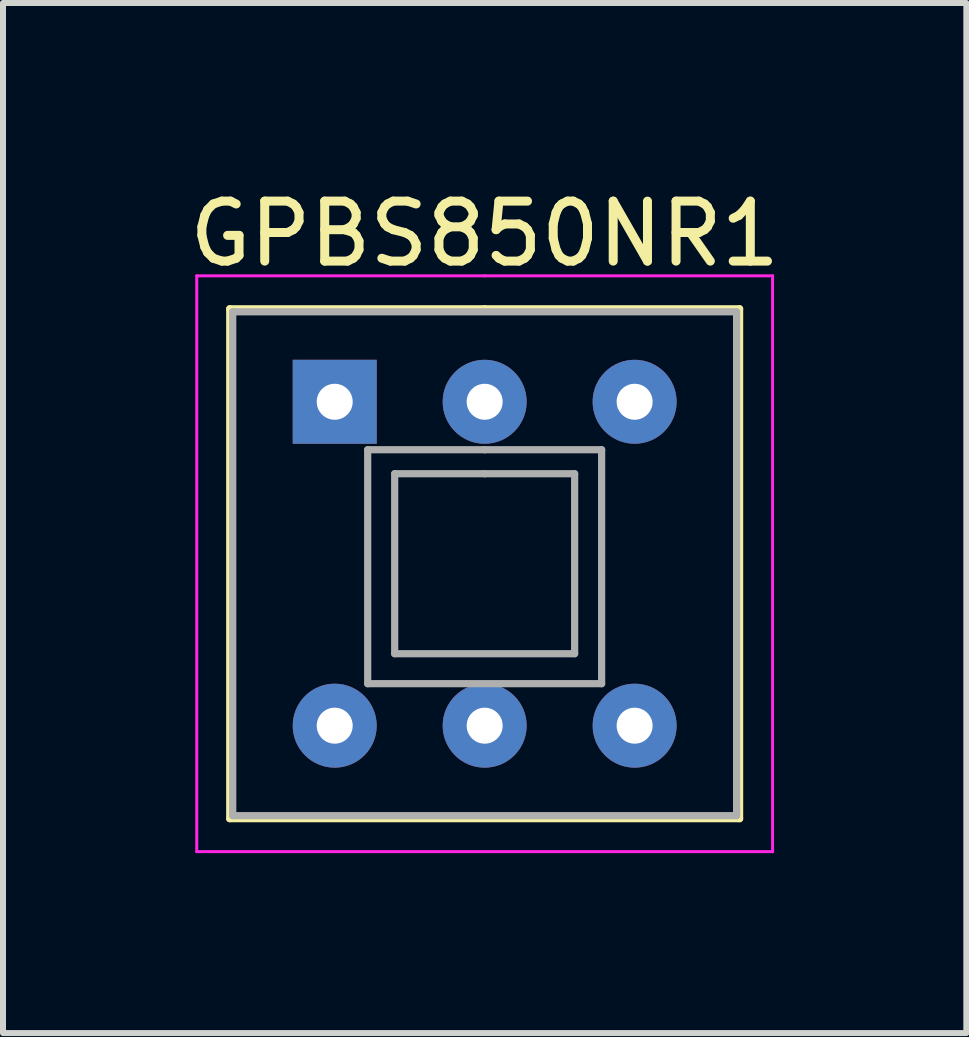
<source format=kicad_pcb>
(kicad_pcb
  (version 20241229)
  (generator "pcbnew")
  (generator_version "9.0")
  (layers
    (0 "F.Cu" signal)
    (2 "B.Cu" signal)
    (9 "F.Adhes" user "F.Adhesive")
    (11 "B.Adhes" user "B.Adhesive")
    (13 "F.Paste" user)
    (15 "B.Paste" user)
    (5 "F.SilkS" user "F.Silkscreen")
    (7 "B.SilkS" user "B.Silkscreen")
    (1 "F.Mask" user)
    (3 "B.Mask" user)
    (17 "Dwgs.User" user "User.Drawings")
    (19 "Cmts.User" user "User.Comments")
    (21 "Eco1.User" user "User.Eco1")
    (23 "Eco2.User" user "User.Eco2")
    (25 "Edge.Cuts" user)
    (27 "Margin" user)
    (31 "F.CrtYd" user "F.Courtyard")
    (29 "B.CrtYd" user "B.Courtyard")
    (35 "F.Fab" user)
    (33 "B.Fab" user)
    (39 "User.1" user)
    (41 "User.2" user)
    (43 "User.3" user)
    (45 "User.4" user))
  (footprint "GPBS850NR1"
    (layer "F.Cu")
    (at 5.03 6.348)
    (property "Reference" "GPBS850NR1" (at 0 -5.5 0) (layer "F.SilkS") (effects (font (size 1 1) (thickness 0.15))))
    (attr through_hole)
    (fp_line (start -4.25 -4.25) (end -4.25 4.25) (stroke (width 0.12) (type solid)) (layer "F.SilkS"))
    (fp_line (start -4.25 4.25) (end 4.25 4.25) (stroke (width 0.12) (type solid)) (layer "F.SilkS"))
    (fp_line (start 0 -4.25) (end -4.25 -4.25) (stroke (width 0.12) (type solid)) (layer "F.SilkS"))
    (fp_line (start 4.25 -4.25) (end 0 -4.25) (stroke (width 0.12) (type solid)) (layer "F.SilkS"))
    (fp_line (start 4.25 4.25) (end 4.25 -4.25) (stroke (width 0.12) (type solid)) (layer "F.SilkS"))
    (fp_line (start -4.8 -4.8) (end -4.8 4.8) (stroke (width 0.05) (type solid)) (layer "F.CrtYd"))
    (fp_line (start -4.8 4.8) (end 4.8 4.8) (stroke (width 0.05) (type solid)) (layer "F.CrtYd"))
    (fp_line (start 0 -4.8) (end -4.8 -4.8) (stroke (width 0.05) (type solid)) (layer "F.CrtYd"))
    (fp_line (start 4.8 -4.8) (end 0 -4.8) (stroke (width 0.05) (type solid)) (layer "F.CrtYd"))
    (fp_line (start 4.8 4.8) (end 4.8 -4.8) (stroke (width 0.05) (type solid)) (layer "F.CrtYd"))
    (fp_line (start -4.2 -4.2) (end 4.2 -4.2) (stroke (width 0.12) (type solid)) (layer "F.Fab"))
    (fp_line (start -4.2 4.2) (end -4.2 -4.2) (stroke (width 0.12) (type solid)) (layer "F.Fab"))
    (fp_line (start -1.95 -1.9) (end -1.95 2) (stroke (width 0.12) (type solid)) (layer "F.Fab"))
    (fp_line (start -1.95 2) (end 1.95 2) (stroke (width 0.12) (type solid)) (layer "F.Fab"))
    (fp_line (start -1.5 -1.5) (end -1.5 1.5) (stroke (width 0.12) (type solid)) (layer "F.Fab"))
    (fp_line (start -1.5 1.5) (end 1.5 1.5) (stroke (width 0.12) (type solid)) (layer "F.Fab"))
    (fp_line (start 0 -1.9) (end -1.95 -1.9) (stroke (width 0.12) (type solid)) (layer "F.Fab"))
    (fp_line (start 0 -1.5) (end -1.5 -1.5) (stroke (width 0.12) (type solid)) (layer "F.Fab"))
    (fp_line (start 1.5 -1.5) (end 0 -1.5) (stroke (width 0.12) (type solid)) (layer "F.Fab"))
    (fp_line (start 1.5 1.5) (end 1.5 -1.5) (stroke (width 0.12) (type solid)) (layer "F.Fab"))
    (fp_line (start 1.95 -1.9) (end 0 -1.9) (stroke (width 0.12) (type solid)) (layer "F.Fab"))
    (fp_line (start 1.95 2) (end 1.95 -1.9) (stroke (width 0.12) (type solid)) (layer "F.Fab"))
    (fp_line (start 4.2 -4.2) (end 4.2 4.2) (stroke (width 0.12) (type solid)) (layer "F.Fab"))
    (fp_line (start 4.2 4.2) (end -4.2 4.2) (stroke (width 0.12) (type solid)) (layer "F.Fab"))
    (pad "1" thru_hole rect (at -2.5 -2.7) (size 1.4 1.4) (drill 0.6) (layers "*.Cu" "*.Mask"))
    (pad "2" thru_hole circle (at 0 -2.7) (size 1.4 1.4) (drill 0.6) (layers "*.Cu" "*.Mask"))
    (pad "3" thru_hole circle (at 2.5 -2.7) (size 1.4 1.4) (drill 0.6) (layers "*.Cu" "*.Mask"))
    (pad "4" thru_hole circle (at -2.5 2.7) (size 1.4 1.4) (drill 0.6) (layers "*.Cu" "*.Mask"))
    (pad "5" thru_hole circle (at 0 2.7) (size 1.4 1.4) (drill 0.6) (layers "*.Cu" "*.Mask"))
    (pad "6" thru_hole circle (at 2.5 2.7) (size 1.4 1.4) (drill 0.6) (layers "*.Cu" "*.Mask")))
  (gr_rect
    (start -3 -3)
    (end 13.06 14.173)
    (stroke (width 0.1) (type default))
    (fill no)
    (layer "Edge.Cuts")))
</source>
